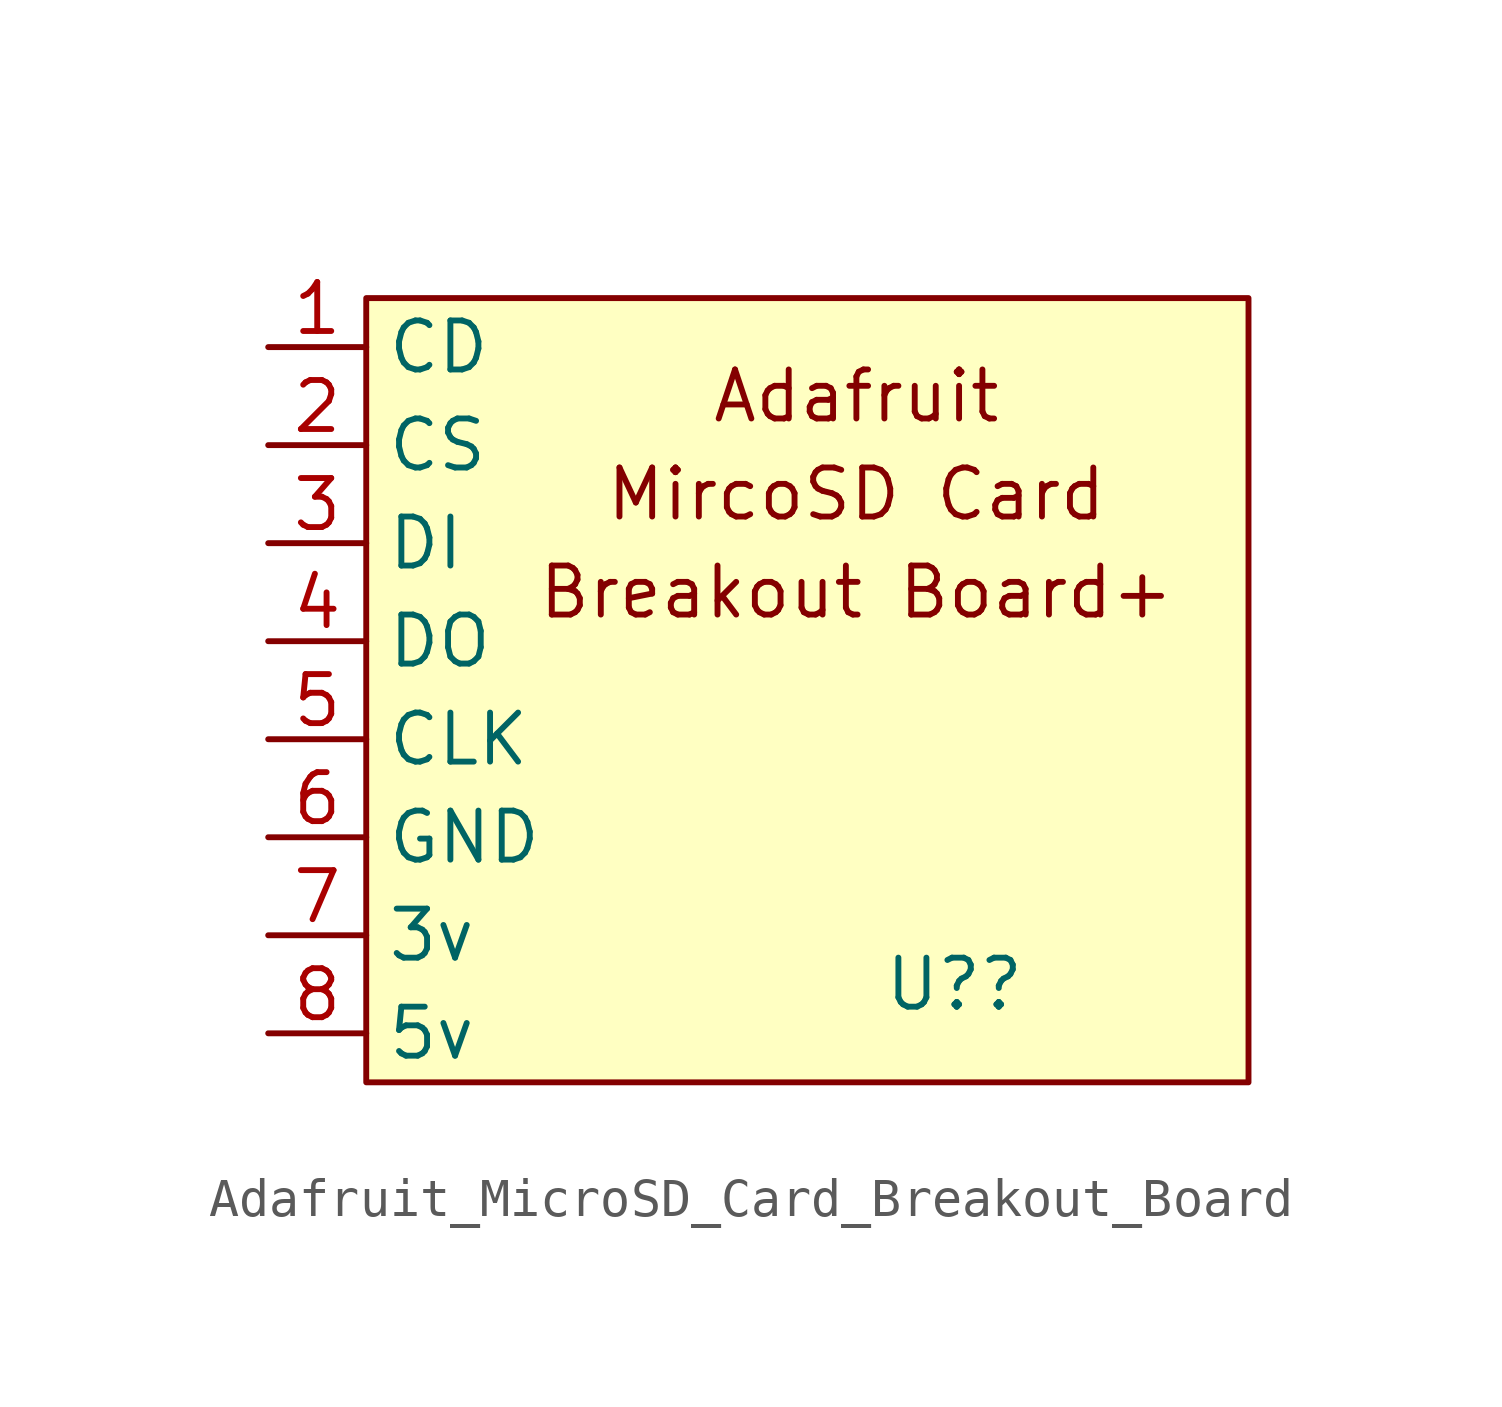
<source format=kicad_sym>
(kicad_symbol_lib
  (version 20220914)
  (generator kicad_symbol_editor)
  (symbol "Adafruit_MicroSD_Card_Breakout_Board"
    (property "Reference" "U?"
      (at 17.78 -19.05 0)
      (effects (font (size 1.27 1.27))))
    (property "Value" ""
      (at 0 0 0)
      (effects (font (size 1.27 1.27))))
    (symbol "Adafruit_MicroSD_Card_Breakout_Board_1_1"
      (rectangle (start 2.54 -1.27) (end 25.4 -21.59) (stroke (width 0) (type default)) (fill (type background)))
      (text "Adafruit" (at 15.24 -3.81 0) (effects (font (size 1.27 1.27))))
      (text "Breakout Board+" (at 15.24 -8.89 0) (effects (font (size 1.27 1.27))))
      (text "MircoSD Card" (at 15.24 -6.35 0) (effects (font (size 1.27 1.27))))
      (pin input line (at 0 -2.54 0) (length 2.54) (name "CD" (effects (font (size 1.27 1.27)))) (number "1" (effects (font (size 1.27 1.27)))))
      (pin input line (at 0 -5.08 0) (length 2.54) (name "CS" (effects (font (size 1.27 1.27)))) (number "2" (effects (font (size 1.27 1.27)))))
      (pin input line (at 0 -7.62 0) (length 2.54) (name "DI" (effects (font (size 1.27 1.27)))) (number "3" (effects (font (size 1.27 1.27)))))
      (pin input line (at 0 -10.16 0) (length 2.54) (name "DO" (effects (font (size 1.27 1.27)))) (number "4" (effects (font (size 1.27 1.27)))))
      (pin input line (at 0 -12.7 0) (length 2.54) (name "CLK" (effects (font (size 1.27 1.27)))) (number "5" (effects (font (size 1.27 1.27)))))
      (pin input line (at 0 -15.24 0) (length 2.54) (name "GND" (effects (font (size 1.27 1.27)))) (number "6" (effects (font (size 1.27 1.27)))))
      (pin input line (at 0 -17.78 0) (length 2.54) (name "3v" (effects (font (size 1.27 1.27)))) (number "7" (effects (font (size 1.27 1.27)))))
      (pin input line (at 0 -20.32 0) (length 2.54) (name "5v" (effects (font (size 1.27 1.27)))) (number "8" (effects (font (size 1.27 1.27))))))))
</source>
